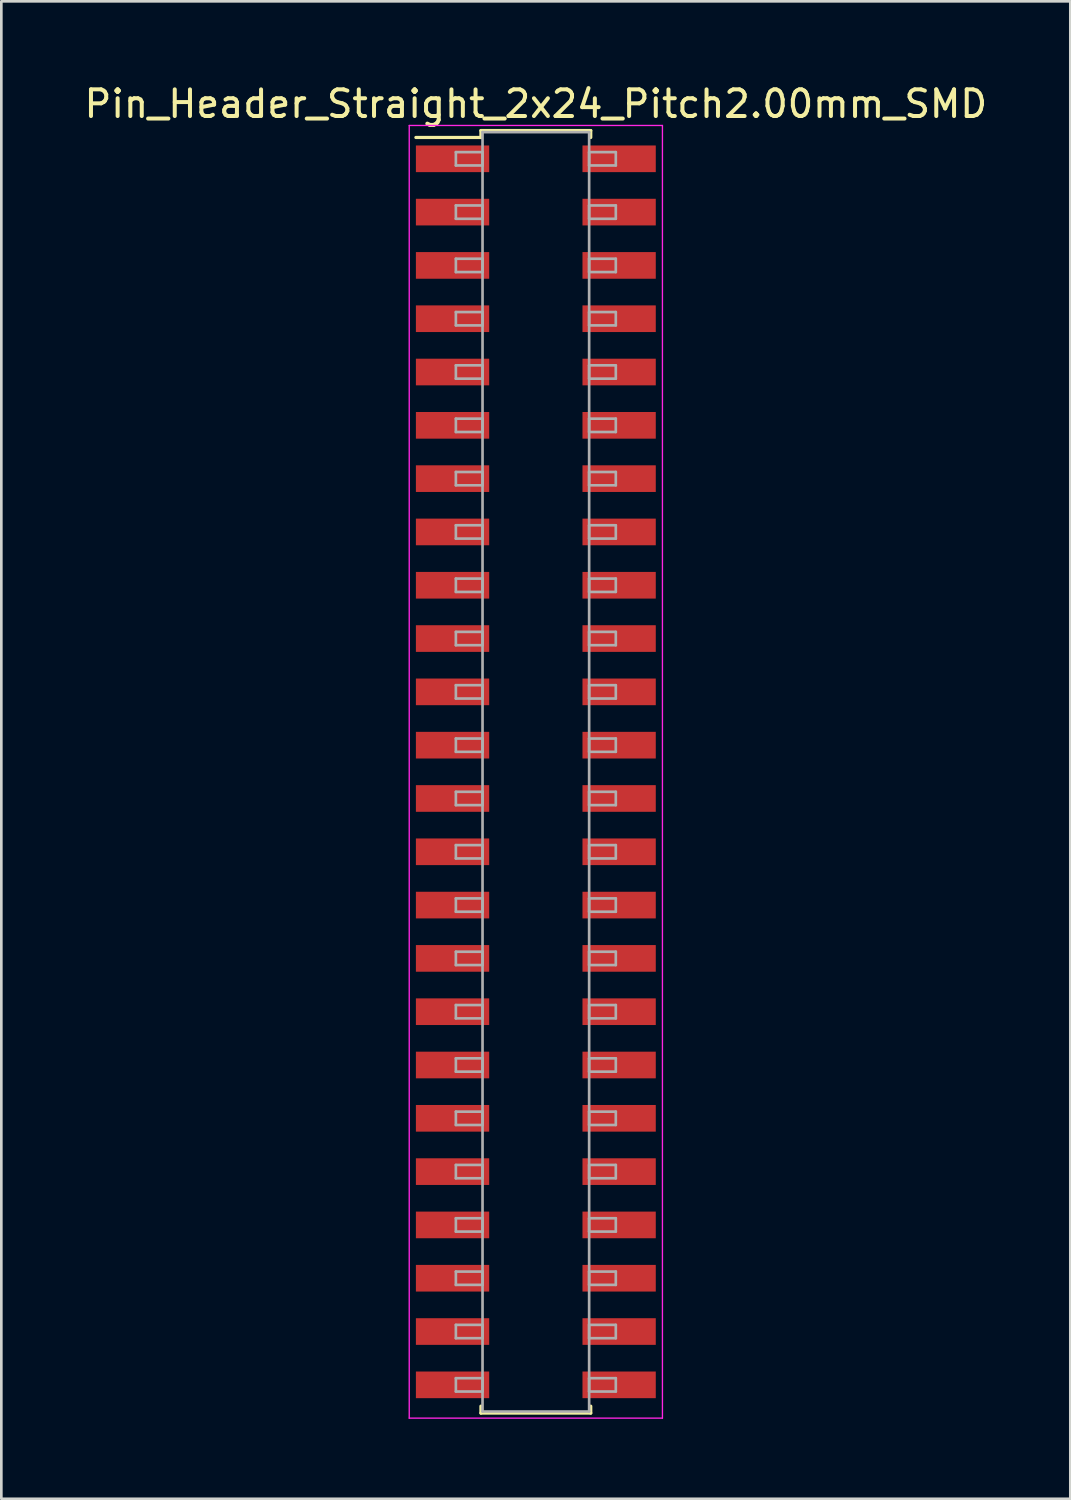
<source format=kicad_pcb>
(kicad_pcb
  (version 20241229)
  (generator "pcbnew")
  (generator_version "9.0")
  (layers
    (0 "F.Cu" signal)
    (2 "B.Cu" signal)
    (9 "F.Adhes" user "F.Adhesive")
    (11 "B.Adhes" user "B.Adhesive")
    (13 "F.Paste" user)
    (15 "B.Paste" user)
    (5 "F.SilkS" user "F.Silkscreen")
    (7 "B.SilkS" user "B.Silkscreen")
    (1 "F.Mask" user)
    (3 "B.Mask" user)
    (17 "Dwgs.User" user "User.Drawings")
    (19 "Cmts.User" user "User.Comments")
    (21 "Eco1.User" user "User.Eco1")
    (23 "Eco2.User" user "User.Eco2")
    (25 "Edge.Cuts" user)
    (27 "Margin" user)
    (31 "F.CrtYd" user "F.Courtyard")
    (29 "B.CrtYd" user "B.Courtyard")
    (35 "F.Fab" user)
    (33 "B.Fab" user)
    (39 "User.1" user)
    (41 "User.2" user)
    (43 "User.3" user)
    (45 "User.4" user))
  (footprint "Pin_Header_Straight_2x24_Pitch2.00mm_SMD"
    (layer "F.Cu")
    (at 17.054 25.908)
    (property "Reference" "Pin_Header_Straight_2x24_Pitch2.00mm_SMD" (at 0 -25.06 0) (layer "F.SilkS") (effects (font (size 1 1) (thickness 0.15))))
    (attr smd)
    (fp_line (start -4.5 -23.8) (end -2.06 -23.8) (stroke (width 0.12) (type solid)) (layer "F.SilkS"))
    (fp_line (start -2.06 -24.06) (end 2.06 -24.06) (stroke (width 0.12) (type solid)) (layer "F.SilkS"))
    (fp_line (start -2.06 -23.8) (end -2.06 -24.06) (stroke (width 0.12) (type solid)) (layer "F.SilkS"))
    (fp_line (start -2.06 23.8) (end -2.06 24.06) (stroke (width 0.12) (type solid)) (layer "F.SilkS"))
    (fp_line (start -2.06 24.06) (end 2.06 24.06) (stroke (width 0.12) (type solid)) (layer "F.SilkS"))
    (fp_line (start 2.06 -24.06) (end 2.06 -23.8) (stroke (width 0.12) (type solid)) (layer "F.SilkS"))
    (fp_line (start 2.06 24.06) (end 2.06 23.8) (stroke (width 0.12) (type solid)) (layer "F.SilkS"))
    (fp_line (start -4.75 -24.25) (end -4.75 24.25) (stroke (width 0.05) (type solid)) (layer "F.CrtYd"))
    (fp_line (start -4.75 24.25) (end 4.75 24.25) (stroke (width 0.05) (type solid)) (layer "F.CrtYd"))
    (fp_line (start 4.75 -24.25) (end -4.75 -24.25) (stroke (width 0.05) (type solid)) (layer "F.CrtYd"))
    (fp_line (start 4.75 24.25) (end 4.75 -24.25) (stroke (width 0.05) (type solid)) (layer "F.CrtYd"))
    (fp_line (start -3 -23.25) (end -2 -23.25) (stroke (width 0.1) (type solid)) (layer "F.Fab"))
    (fp_line (start -3 -22.75) (end -3 -23.25) (stroke (width 0.1) (type solid)) (layer "F.Fab"))
    (fp_line (start -3 -21.25) (end -2 -21.25) (stroke (width 0.1) (type solid)) (layer "F.Fab"))
    (fp_line (start -3 -20.75) (end -3 -21.25) (stroke (width 0.1) (type solid)) (layer "F.Fab"))
    (fp_line (start -3 -19.25) (end -2 -19.25) (stroke (width 0.1) (type solid)) (layer "F.Fab"))
    (fp_line (start -3 -18.75) (end -3 -19.25) (stroke (width 0.1) (type solid)) (layer "F.Fab"))
    (fp_line (start -3 -17.25) (end -2 -17.25) (stroke (width 0.1) (type solid)) (layer "F.Fab"))
    (fp_line (start -3 -16.75) (end -3 -17.25) (stroke (width 0.1) (type solid)) (layer "F.Fab"))
    (fp_line (start -3 -15.25) (end -2 -15.25) (stroke (width 0.1) (type solid)) (layer "F.Fab"))
    (fp_line (start -3 -14.75) (end -3 -15.25) (stroke (width 0.1) (type solid)) (layer "F.Fab"))
    (fp_line (start -3 -13.25) (end -2 -13.25) (stroke (width 0.1) (type solid)) (layer "F.Fab"))
    (fp_line (start -3 -12.75) (end -3 -13.25) (stroke (width 0.1) (type solid)) (layer "F.Fab"))
    (fp_line (start -3 -11.25) (end -2 -11.25) (stroke (width 0.1) (type solid)) (layer "F.Fab"))
    (fp_line (start -3 -10.75) (end -3 -11.25) (stroke (width 0.1) (type solid)) (layer "F.Fab"))
    (fp_line (start -3 -9.25) (end -2 -9.25) (stroke (width 0.1) (type solid)) (layer "F.Fab"))
    (fp_line (start -3 -8.75) (end -3 -9.25) (stroke (width 0.1) (type solid)) (layer "F.Fab"))
    (fp_line (start -3 -7.25) (end -2 -7.25) (stroke (width 0.1) (type solid)) (layer "F.Fab"))
    (fp_line (start -3 -6.75) (end -3 -7.25) (stroke (width 0.1) (type solid)) (layer "F.Fab"))
    (fp_line (start -3 -5.25) (end -2 -5.25) (stroke (width 0.1) (type solid)) (layer "F.Fab"))
    (fp_line (start -3 -4.75) (end -3 -5.25) (stroke (width 0.1) (type solid)) (layer "F.Fab"))
    (fp_line (start -3 -3.25) (end -2 -3.25) (stroke (width 0.1) (type solid)) (layer "F.Fab"))
    (fp_line (start -3 -2.75) (end -3 -3.25) (stroke (width 0.1) (type solid)) (layer "F.Fab"))
    (fp_line (start -3 -1.25) (end -2 -1.25) (stroke (width 0.1) (type solid)) (layer "F.Fab"))
    (fp_line (start -3 -0.75) (end -3 -1.25) (stroke (width 0.1) (type solid)) (layer "F.Fab"))
    (fp_line (start -3 0.75) (end -2 0.75) (stroke (width 0.1) (type solid)) (layer "F.Fab"))
    (fp_line (start -3 1.25) (end -3 0.75) (stroke (width 0.1) (type solid)) (layer "F.Fab"))
    (fp_line (start -3 2.75) (end -2 2.75) (stroke (width 0.1) (type solid)) (layer "F.Fab"))
    (fp_line (start -3 3.25) (end -3 2.75) (stroke (width 0.1) (type solid)) (layer "F.Fab"))
    (fp_line (start -3 4.75) (end -2 4.75) (stroke (width 0.1) (type solid)) (layer "F.Fab"))
    (fp_line (start -3 5.25) (end -3 4.75) (stroke (width 0.1) (type solid)) (layer "F.Fab"))
    (fp_line (start -3 6.75) (end -2 6.75) (stroke (width 0.1) (type solid)) (layer "F.Fab"))
    (fp_line (start -3 7.25) (end -3 6.75) (stroke (width 0.1) (type solid)) (layer "F.Fab"))
    (fp_line (start -3 8.75) (end -2 8.75) (stroke (width 0.1) (type solid)) (layer "F.Fab"))
    (fp_line (start -3 9.25) (end -3 8.75) (stroke (width 0.1) (type solid)) (layer "F.Fab"))
    (fp_line (start -3 10.75) (end -2 10.75) (stroke (width 0.1) (type solid)) (layer "F.Fab"))
    (fp_line (start -3 11.25) (end -3 10.75) (stroke (width 0.1) (type solid)) (layer "F.Fab"))
    (fp_line (start -3 12.75) (end -2 12.75) (stroke (width 0.1) (type solid)) (layer "F.Fab"))
    (fp_line (start -3 13.25) (end -3 12.75) (stroke (width 0.1) (type solid)) (layer "F.Fab"))
    (fp_line (start -3 14.75) (end -2 14.75) (stroke (width 0.1) (type solid)) (layer "F.Fab"))
    (fp_line (start -3 15.25) (end -3 14.75) (stroke (width 0.1) (type solid)) (layer "F.Fab"))
    (fp_line (start -3 16.75) (end -2 16.75) (stroke (width 0.1) (type solid)) (layer "F.Fab"))
    (fp_line (start -3 17.25) (end -3 16.75) (stroke (width 0.1) (type solid)) (layer "F.Fab"))
    (fp_line (start -3 18.75) (end -2 18.75) (stroke (width 0.1) (type solid)) (layer "F.Fab"))
    (fp_line (start -3 19.25) (end -3 18.75) (stroke (width 0.1) (type solid)) (layer "F.Fab"))
    (fp_line (start -3 20.75) (end -2 20.75) (stroke (width 0.1) (type solid)) (layer "F.Fab"))
    (fp_line (start -3 21.25) (end -3 20.75) (stroke (width 0.1) (type solid)) (layer "F.Fab"))
    (fp_line (start -3 22.75) (end -2 22.75) (stroke (width 0.1) (type solid)) (layer "F.Fab"))
    (fp_line (start -3 23.25) (end -3 22.75) (stroke (width 0.1) (type solid)) (layer "F.Fab"))
    (fp_line (start -2 -24) (end -2 24) (stroke (width 0.1) (type solid)) (layer "F.Fab"))
    (fp_line (start -2 -23.25) (end -2 -22.75) (stroke (width 0.1) (type solid)) (layer "F.Fab"))
    (fp_line (start -2 -22.75) (end -3 -22.75) (stroke (width 0.1) (type solid)) (layer "F.Fab"))
    (fp_line (start -2 -21.25) (end -2 -20.75) (stroke (width 0.1) (type solid)) (layer "F.Fab"))
    (fp_line (start -2 -20.75) (end -3 -20.75) (stroke (width 0.1) (type solid)) (layer "F.Fab"))
    (fp_line (start -2 -19.25) (end -2 -18.75) (stroke (width 0.1) (type solid)) (layer "F.Fab"))
    (fp_line (start -2 -18.75) (end -3 -18.75) (stroke (width 0.1) (type solid)) (layer "F.Fab"))
    (fp_line (start -2 -17.25) (end -2 -16.75) (stroke (width 0.1) (type solid)) (layer "F.Fab"))
    (fp_line (start -2 -16.75) (end -3 -16.75) (stroke (width 0.1) (type solid)) (layer "F.Fab"))
    (fp_line (start -2 -15.25) (end -2 -14.75) (stroke (width 0.1) (type solid)) (layer "F.Fab"))
    (fp_line (start -2 -14.75) (end -3 -14.75) (stroke (width 0.1) (type solid)) (layer "F.Fab"))
    (fp_line (start -2 -13.25) (end -2 -12.75) (stroke (width 0.1) (type solid)) (layer "F.Fab"))
    (fp_line (start -2 -12.75) (end -3 -12.75) (stroke (width 0.1) (type solid)) (layer "F.Fab"))
    (fp_line (start -2 -11.25) (end -2 -10.75) (stroke (width 0.1) (type solid)) (layer "F.Fab"))
    (fp_line (start -2 -10.75) (end -3 -10.75) (stroke (width 0.1) (type solid)) (layer "F.Fab"))
    (fp_line (start -2 -9.25) (end -2 -8.75) (stroke (width 0.1) (type solid)) (layer "F.Fab"))
    (fp_line (start -2 -8.75) (end -3 -8.75) (stroke (width 0.1) (type solid)) (layer "F.Fab"))
    (fp_line (start -2 -7.25) (end -2 -6.75) (stroke (width 0.1) (type solid)) (layer "F.Fab"))
    (fp_line (start -2 -6.75) (end -3 -6.75) (stroke (width 0.1) (type solid)) (layer "F.Fab"))
    (fp_line (start -2 -5.25) (end -2 -4.75) (stroke (width 0.1) (type solid)) (layer "F.Fab"))
    (fp_line (start -2 -4.75) (end -3 -4.75) (stroke (width 0.1) (type solid)) (layer "F.Fab"))
    (fp_line (start -2 -3.25) (end -2 -2.75) (stroke (width 0.1) (type solid)) (layer "F.Fab"))
    (fp_line (start -2 -2.75) (end -3 -2.75) (stroke (width 0.1) (type solid)) (layer "F.Fab"))
    (fp_line (start -2 -1.25) (end -2 -0.75) (stroke (width 0.1) (type solid)) (layer "F.Fab"))
    (fp_line (start -2 -0.75) (end -3 -0.75) (stroke (width 0.1) (type solid)) (layer "F.Fab"))
    (fp_line (start -2 0.75) (end -2 1.25) (stroke (width 0.1) (type solid)) (layer "F.Fab"))
    (fp_line (start -2 1.25) (end -3 1.25) (stroke (width 0.1) (type solid)) (layer "F.Fab"))
    (fp_line (start -2 2.75) (end -2 3.25) (stroke (width 0.1) (type solid)) (layer "F.Fab"))
    (fp_line (start -2 3.25) (end -3 3.25) (stroke (width 0.1) (type solid)) (layer "F.Fab"))
    (fp_line (start -2 4.75) (end -2 5.25) (stroke (width 0.1) (type solid)) (layer "F.Fab"))
    (fp_line (start -2 5.25) (end -3 5.25) (stroke (width 0.1) (type solid)) (layer "F.Fab"))
    (fp_line (start -2 6.75) (end -2 7.25) (stroke (width 0.1) (type solid)) (layer "F.Fab"))
    (fp_line (start -2 7.25) (end -3 7.25) (stroke (width 0.1) (type solid)) (layer "F.Fab"))
    (fp_line (start -2 8.75) (end -2 9.25) (stroke (width 0.1) (type solid)) (layer "F.Fab"))
    (fp_line (start -2 9.25) (end -3 9.25) (stroke (width 0.1) (type solid)) (layer "F.Fab"))
    (fp_line (start -2 10.75) (end -2 11.25) (stroke (width 0.1) (type solid)) (layer "F.Fab"))
    (fp_line (start -2 11.25) (end -3 11.25) (stroke (width 0.1) (type solid)) (layer "F.Fab"))
    (fp_line (start -2 12.75) (end -2 13.25) (stroke (width 0.1) (type solid)) (layer "F.Fab"))
    (fp_line (start -2 13.25) (end -3 13.25) (stroke (width 0.1) (type solid)) (layer "F.Fab"))
    (fp_line (start -2 14.75) (end -2 15.25) (stroke (width 0.1) (type solid)) (layer "F.Fab"))
    (fp_line (start -2 15.25) (end -3 15.25) (stroke (width 0.1) (type solid)) (layer "F.Fab"))
    (fp_line (start -2 16.75) (end -2 17.25) (stroke (width 0.1) (type solid)) (layer "F.Fab"))
    (fp_line (start -2 17.25) (end -3 17.25) (stroke (width 0.1) (type solid)) (layer "F.Fab"))
    (fp_line (start -2 18.75) (end -2 19.25) (stroke (width 0.1) (type solid)) (layer "F.Fab"))
    (fp_line (start -2 19.25) (end -3 19.25) (stroke (width 0.1) (type solid)) (layer "F.Fab"))
    (fp_line (start -2 20.75) (end -2 21.25) (stroke (width 0.1) (type solid)) (layer "F.Fab"))
    (fp_line (start -2 21.25) (end -3 21.25) (stroke (width 0.1) (type solid)) (layer "F.Fab"))
    (fp_line (start -2 22.75) (end -2 23.25) (stroke (width 0.1) (type solid)) (layer "F.Fab"))
    (fp_line (start -2 23.25) (end -3 23.25) (stroke (width 0.1) (type solid)) (layer "F.Fab"))
    (fp_line (start -2 24) (end 2 24) (stroke (width 0.1) (type solid)) (layer "F.Fab"))
    (fp_line (start 2 -24) (end -2 -24) (stroke (width 0.1) (type solid)) (layer "F.Fab"))
    (fp_line (start 2 -23.25) (end 2 -22.75) (stroke (width 0.1) (type solid)) (layer "F.Fab"))
    (fp_line (start 2 -22.75) (end 3 -22.75) (stroke (width 0.1) (type solid)) (layer "F.Fab"))
    (fp_line (start 2 -21.25) (end 2 -20.75) (stroke (width 0.1) (type solid)) (layer "F.Fab"))
    (fp_line (start 2 -20.75) (end 3 -20.75) (stroke (width 0.1) (type solid)) (layer "F.Fab"))
    (fp_line (start 2 -19.25) (end 2 -18.75) (stroke (width 0.1) (type solid)) (layer "F.Fab"))
    (fp_line (start 2 -18.75) (end 3 -18.75) (stroke (width 0.1) (type solid)) (layer "F.Fab"))
    (fp_line (start 2 -17.25) (end 2 -16.75) (stroke (width 0.1) (type solid)) (layer "F.Fab"))
    (fp_line (start 2 -16.75) (end 3 -16.75) (stroke (width 0.1) (type solid)) (layer "F.Fab"))
    (fp_line (start 2 -15.25) (end 2 -14.75) (stroke (width 0.1) (type solid)) (layer "F.Fab"))
    (fp_line (start 2 -14.75) (end 3 -14.75) (stroke (width 0.1) (type solid)) (layer "F.Fab"))
    (fp_line (start 2 -13.25) (end 2 -12.75) (stroke (width 0.1) (type solid)) (layer "F.Fab"))
    (fp_line (start 2 -12.75) (end 3 -12.75) (stroke (width 0.1) (type solid)) (layer "F.Fab"))
    (fp_line (start 2 -11.25) (end 2 -10.75) (stroke (width 0.1) (type solid)) (layer "F.Fab"))
    (fp_line (start 2 -10.75) (end 3 -10.75) (stroke (width 0.1) (type solid)) (layer "F.Fab"))
    (fp_line (start 2 -9.25) (end 2 -8.75) (stroke (width 0.1) (type solid)) (layer "F.Fab"))
    (fp_line (start 2 -8.75) (end 3 -8.75) (stroke (width 0.1) (type solid)) (layer "F.Fab"))
    (fp_line (start 2 -7.25) (end 2 -6.75) (stroke (width 0.1) (type solid)) (layer "F.Fab"))
    (fp_line (start 2 -6.75) (end 3 -6.75) (stroke (width 0.1) (type solid)) (layer "F.Fab"))
    (fp_line (start 2 -5.25) (end 2 -4.75) (stroke (width 0.1) (type solid)) (layer "F.Fab"))
    (fp_line (start 2 -4.75) (end 3 -4.75) (stroke (width 0.1) (type solid)) (layer "F.Fab"))
    (fp_line (start 2 -3.25) (end 2 -2.75) (stroke (width 0.1) (type solid)) (layer "F.Fab"))
    (fp_line (start 2 -2.75) (end 3 -2.75) (stroke (width 0.1) (type solid)) (layer "F.Fab"))
    (fp_line (start 2 -1.25) (end 2 -0.75) (stroke (width 0.1) (type solid)) (layer "F.Fab"))
    (fp_line (start 2 -0.75) (end 3 -0.75) (stroke (width 0.1) (type solid)) (layer "F.Fab"))
    (fp_line (start 2 0.75) (end 2 1.25) (stroke (width 0.1) (type solid)) (layer "F.Fab"))
    (fp_line (start 2 1.25) (end 3 1.25) (stroke (width 0.1) (type solid)) (layer "F.Fab"))
    (fp_line (start 2 2.75) (end 2 3.25) (stroke (width 0.1) (type solid)) (layer "F.Fab"))
    (fp_line (start 2 3.25) (end 3 3.25) (stroke (width 0.1) (type solid)) (layer "F.Fab"))
    (fp_line (start 2 4.75) (end 2 5.25) (stroke (width 0.1) (type solid)) (layer "F.Fab"))
    (fp_line (start 2 5.25) (end 3 5.25) (stroke (width 0.1) (type solid)) (layer "F.Fab"))
    (fp_line (start 2 6.75) (end 2 7.25) (stroke (width 0.1) (type solid)) (layer "F.Fab"))
    (fp_line (start 2 7.25) (end 3 7.25) (stroke (width 0.1) (type solid)) (layer "F.Fab"))
    (fp_line (start 2 8.75) (end 2 9.25) (stroke (width 0.1) (type solid)) (layer "F.Fab"))
    (fp_line (start 2 9.25) (end 3 9.25) (stroke (width 0.1) (type solid)) (layer "F.Fab"))
    (fp_line (start 2 10.75) (end 2 11.25) (stroke (width 0.1) (type solid)) (layer "F.Fab"))
    (fp_line (start 2 11.25) (end 3 11.25) (stroke (width 0.1) (type solid)) (layer "F.Fab"))
    (fp_line (start 2 12.75) (end 2 13.25) (stroke (width 0.1) (type solid)) (layer "F.Fab"))
    (fp_line (start 2 13.25) (end 3 13.25) (stroke (width 0.1) (type solid)) (layer "F.Fab"))
    (fp_line (start 2 14.75) (end 2 15.25) (stroke (width 0.1) (type solid)) (layer "F.Fab"))
    (fp_line (start 2 15.25) (end 3 15.25) (stroke (width 0.1) (type solid)) (layer "F.Fab"))
    (fp_line (start 2 16.75) (end 2 17.25) (stroke (width 0.1) (type solid)) (layer "F.Fab"))
    (fp_line (start 2 17.25) (end 3 17.25) (stroke (width 0.1) (type solid)) (layer "F.Fab"))
    (fp_line (start 2 18.75) (end 2 19.25) (stroke (width 0.1) (type solid)) (layer "F.Fab"))
    (fp_line (start 2 19.25) (end 3 19.25) (stroke (width 0.1) (type solid)) (layer "F.Fab"))
    (fp_line (start 2 20.75) (end 2 21.25) (stroke (width 0.1) (type solid)) (layer "F.Fab"))
    (fp_line (start 2 21.25) (end 3 21.25) (stroke (width 0.1) (type solid)) (layer "F.Fab"))
    (fp_line (start 2 22.75) (end 2 23.25) (stroke (width 0.1) (type solid)) (layer "F.Fab"))
    (fp_line (start 2 23.25) (end 3 23.25) (stroke (width 0.1) (type solid)) (layer "F.Fab"))
    (fp_line (start 2 24) (end 2 -24) (stroke (width 0.1) (type solid)) (layer "F.Fab"))
    (fp_line (start 3 -23.25) (end 2 -23.25) (stroke (width 0.1) (type solid)) (layer "F.Fab"))
    (fp_line (start 3 -22.75) (end 3 -23.25) (stroke (width 0.1) (type solid)) (layer "F.Fab"))
    (fp_line (start 3 -21.25) (end 2 -21.25) (stroke (width 0.1) (type solid)) (layer "F.Fab"))
    (fp_line (start 3 -20.75) (end 3 -21.25) (stroke (width 0.1) (type solid)) (layer "F.Fab"))
    (fp_line (start 3 -19.25) (end 2 -19.25) (stroke (width 0.1) (type solid)) (layer "F.Fab"))
    (fp_line (start 3 -18.75) (end 3 -19.25) (stroke (width 0.1) (type solid)) (layer "F.Fab"))
    (fp_line (start 3 -17.25) (end 2 -17.25) (stroke (width 0.1) (type solid)) (layer "F.Fab"))
    (fp_line (start 3 -16.75) (end 3 -17.25) (stroke (width 0.1) (type solid)) (layer "F.Fab"))
    (fp_line (start 3 -15.25) (end 2 -15.25) (stroke (width 0.1) (type solid)) (layer "F.Fab"))
    (fp_line (start 3 -14.75) (end 3 -15.25) (stroke (width 0.1) (type solid)) (layer "F.Fab"))
    (fp_line (start 3 -13.25) (end 2 -13.25) (stroke (width 0.1) (type solid)) (layer "F.Fab"))
    (fp_line (start 3 -12.75) (end 3 -13.25) (stroke (width 0.1) (type solid)) (layer "F.Fab"))
    (fp_line (start 3 -11.25) (end 2 -11.25) (stroke (width 0.1) (type solid)) (layer "F.Fab"))
    (fp_line (start 3 -10.75) (end 3 -11.25) (stroke (width 0.1) (type solid)) (layer "F.Fab"))
    (fp_line (start 3 -9.25) (end 2 -9.25) (stroke (width 0.1) (type solid)) (layer "F.Fab"))
    (fp_line (start 3 -8.75) (end 3 -9.25) (stroke (width 0.1) (type solid)) (layer "F.Fab"))
    (fp_line (start 3 -7.25) (end 2 -7.25) (stroke (width 0.1) (type solid)) (layer "F.Fab"))
    (fp_line (start 3 -6.75) (end 3 -7.25) (stroke (width 0.1) (type solid)) (layer "F.Fab"))
    (fp_line (start 3 -5.25) (end 2 -5.25) (stroke (width 0.1) (type solid)) (layer "F.Fab"))
    (fp_line (start 3 -4.75) (end 3 -5.25) (stroke (width 0.1) (type solid)) (layer "F.Fab"))
    (fp_line (start 3 -3.25) (end 2 -3.25) (stroke (width 0.1) (type solid)) (layer "F.Fab"))
    (fp_line (start 3 -2.75) (end 3 -3.25) (stroke (width 0.1) (type solid)) (layer "F.Fab"))
    (fp_line (start 3 -1.25) (end 2 -1.25) (stroke (width 0.1) (type solid)) (layer "F.Fab"))
    (fp_line (start 3 -0.75) (end 3 -1.25) (stroke (width 0.1) (type solid)) (layer "F.Fab"))
    (fp_line (start 3 0.75) (end 2 0.75) (stroke (width 0.1) (type solid)) (layer "F.Fab"))
    (fp_line (start 3 1.25) (end 3 0.75) (stroke (width 0.1) (type solid)) (layer "F.Fab"))
    (fp_line (start 3 2.75) (end 2 2.75) (stroke (width 0.1) (type solid)) (layer "F.Fab"))
    (fp_line (start 3 3.25) (end 3 2.75) (stroke (width 0.1) (type solid)) (layer "F.Fab"))
    (fp_line (start 3 4.75) (end 2 4.75) (stroke (width 0.1) (type solid)) (layer "F.Fab"))
    (fp_line (start 3 5.25) (end 3 4.75) (stroke (width 0.1) (type solid)) (layer "F.Fab"))
    (fp_line (start 3 6.75) (end 2 6.75) (stroke (width 0.1) (type solid)) (layer "F.Fab"))
    (fp_line (start 3 7.25) (end 3 6.75) (stroke (width 0.1) (type solid)) (layer "F.Fab"))
    (fp_line (start 3 8.75) (end 2 8.75) (stroke (width 0.1) (type solid)) (layer "F.Fab"))
    (fp_line (start 3 9.25) (end 3 8.75) (stroke (width 0.1) (type solid)) (layer "F.Fab"))
    (fp_line (start 3 10.75) (end 2 10.75) (stroke (width 0.1) (type solid)) (layer "F.Fab"))
    (fp_line (start 3 11.25) (end 3 10.75) (stroke (width 0.1) (type solid)) (layer "F.Fab"))
    (fp_line (start 3 12.75) (end 2 12.75) (stroke (width 0.1) (type solid)) (layer "F.Fab"))
    (fp_line (start 3 13.25) (end 3 12.75) (stroke (width 0.1) (type solid)) (layer "F.Fab"))
    (fp_line (start 3 14.75) (end 2 14.75) (stroke (width 0.1) (type solid)) (layer "F.Fab"))
    (fp_line (start 3 15.25) (end 3 14.75) (stroke (width 0.1) (type solid)) (layer "F.Fab"))
    (fp_line (start 3 16.75) (end 2 16.75) (stroke (width 0.1) (type solid)) (layer "F.Fab"))
    (fp_line (start 3 17.25) (end 3 16.75) (stroke (width 0.1) (type solid)) (layer "F.Fab"))
    (fp_line (start 3 18.75) (end 2 18.75) (stroke (width 0.1) (type solid)) (layer "F.Fab"))
    (fp_line (start 3 19.25) (end 3 18.75) (stroke (width 0.1) (type solid)) (layer "F.Fab"))
    (fp_line (start 3 20.75) (end 2 20.75) (stroke (width 0.1) (type solid)) (layer "F.Fab"))
    (fp_line (start 3 21.25) (end 3 20.75) (stroke (width 0.1) (type solid)) (layer "F.Fab"))
    (fp_line (start 3 22.75) (end 2 22.75) (stroke (width 0.1) (type solid)) (layer "F.Fab"))
    (fp_line (start 3 23.25) (end 3 22.75) (stroke (width 0.1) (type solid)) (layer "F.Fab"))
    (pad "1" smd rect (at -3.125 -23) (size 2.75 1) (layers "F.Cu" "F.Mask"))
    (pad "2" smd rect (at 3.125 -23) (size 2.75 1) (layers "F.Cu" "F.Mask"))
    (pad "3" smd rect (at -3.125 -21) (size 2.75 1) (layers "F.Cu" "F.Mask"))
    (pad "4" smd rect (at 3.125 -21) (size 2.75 1) (layers "F.Cu" "F.Mask"))
    (pad "5" smd rect (at -3.125 -19) (size 2.75 1) (layers "F.Cu" "F.Mask"))
    (pad "6" smd rect (at 3.125 -19) (size 2.75 1) (layers "F.Cu" "F.Mask"))
    (pad "7" smd rect (at -3.125 -17) (size 2.75 1) (layers "F.Cu" "F.Mask"))
    (pad "8" smd rect (at 3.125 -17) (size 2.75 1) (layers "F.Cu" "F.Mask"))
    (pad "9" smd rect (at -3.125 -15) (size 2.75 1) (layers "F.Cu" "F.Mask"))
    (pad "10" smd rect (at 3.125 -15) (size 2.75 1) (layers "F.Cu" "F.Mask"))
    (pad "11" smd rect (at -3.125 -13) (size 2.75 1) (layers "F.Cu" "F.Mask"))
    (pad "12" smd rect (at 3.125 -13) (size 2.75 1) (layers "F.Cu" "F.Mask"))
    (pad "13" smd rect (at -3.125 -11) (size 2.75 1) (layers "F.Cu" "F.Mask"))
    (pad "14" smd rect (at 3.125 -11) (size 2.75 1) (layers "F.Cu" "F.Mask"))
    (pad "15" smd rect (at -3.125 -9) (size 2.75 1) (layers "F.Cu" "F.Mask"))
    (pad "16" smd rect (at 3.125 -9) (size 2.75 1) (layers "F.Cu" "F.Mask"))
    (pad "17" smd rect (at -3.125 -7) (size 2.75 1) (layers "F.Cu" "F.Mask"))
    (pad "18" smd rect (at 3.125 -7) (size 2.75 1) (layers "F.Cu" "F.Mask"))
    (pad "19" smd rect (at -3.125 -5) (size 2.75 1) (layers "F.Cu" "F.Mask"))
    (pad "20" smd rect (at 3.125 -5) (size 2.75 1) (layers "F.Cu" "F.Mask"))
    (pad "21" smd rect (at -3.125 -3) (size 2.75 1) (layers "F.Cu" "F.Mask"))
    (pad "22" smd rect (at 3.125 -3) (size 2.75 1) (layers "F.Cu" "F.Mask"))
    (pad "23" smd rect (at -3.125 -1) (size 2.75 1) (layers "F.Cu" "F.Mask"))
    (pad "24" smd rect (at 3.125 -1) (size 2.75 1) (layers "F.Cu" "F.Mask"))
    (pad "25" smd rect (at -3.125 1) (size 2.75 1) (layers "F.Cu" "F.Mask"))
    (pad "26" smd rect (at 3.125 1) (size 2.75 1) (layers "F.Cu" "F.Mask"))
    (pad "27" smd rect (at -3.125 3) (size 2.75 1) (layers "F.Cu" "F.Mask"))
    (pad "28" smd rect (at 3.125 3) (size 2.75 1) (layers "F.Cu" "F.Mask"))
    (pad "29" smd rect (at -3.125 5) (size 2.75 1) (layers "F.Cu" "F.Mask"))
    (pad "30" smd rect (at 3.125 5) (size 2.75 1) (layers "F.Cu" "F.Mask"))
    (pad "31" smd rect (at -3.125 7) (size 2.75 1) (layers "F.Cu" "F.Mask"))
    (pad "32" smd rect (at 3.125 7) (size 2.75 1) (layers "F.Cu" "F.Mask"))
    (pad "33" smd rect (at -3.125 9) (size 2.75 1) (layers "F.Cu" "F.Mask"))
    (pad "34" smd rect (at 3.125 9) (size 2.75 1) (layers "F.Cu" "F.Mask"))
    (pad "35" smd rect (at -3.125 11) (size 2.75 1) (layers "F.Cu" "F.Mask"))
    (pad "36" smd rect (at 3.125 11) (size 2.75 1) (layers "F.Cu" "F.Mask"))
    (pad "37" smd rect (at -3.125 13) (size 2.75 1) (layers "F.Cu" "F.Mask"))
    (pad "38" smd rect (at 3.125 13) (size 2.75 1) (layers "F.Cu" "F.Mask"))
    (pad "39" smd rect (at -3.125 15) (size 2.75 1) (layers "F.Cu" "F.Mask"))
    (pad "40" smd rect (at 3.125 15) (size 2.75 1) (layers "F.Cu" "F.Mask"))
    (pad "41" smd rect (at -3.125 17) (size 2.75 1) (layers "F.Cu" "F.Mask"))
    (pad "42" smd rect (at 3.125 17) (size 2.75 1) (layers "F.Cu" "F.Mask"))
    (pad "43" smd rect (at -3.125 19) (size 2.75 1) (layers "F.Cu" "F.Mask"))
    (pad "44" smd rect (at 3.125 19) (size 2.75 1) (layers "F.Cu" "F.Mask"))
    (pad "45" smd rect (at -3.125 21) (size 2.75 1) (layers "F.Cu" "F.Mask"))
    (pad "46" smd rect (at 3.125 21) (size 2.75 1) (layers "F.Cu" "F.Mask"))
    (pad "47" smd rect (at -3.125 23) (size 2.75 1) (layers "F.Cu" "F.Mask"))
    (pad "48" smd rect (at 3.125 23) (size 2.75 1) (layers "F.Cu" "F.Mask")))
  (gr_rect
    (start -3 -3)
    (end 37.107 53.183)
    (stroke (width 0.1) (type default))
    (fill no)
    (layer "Edge.Cuts")))
</source>
